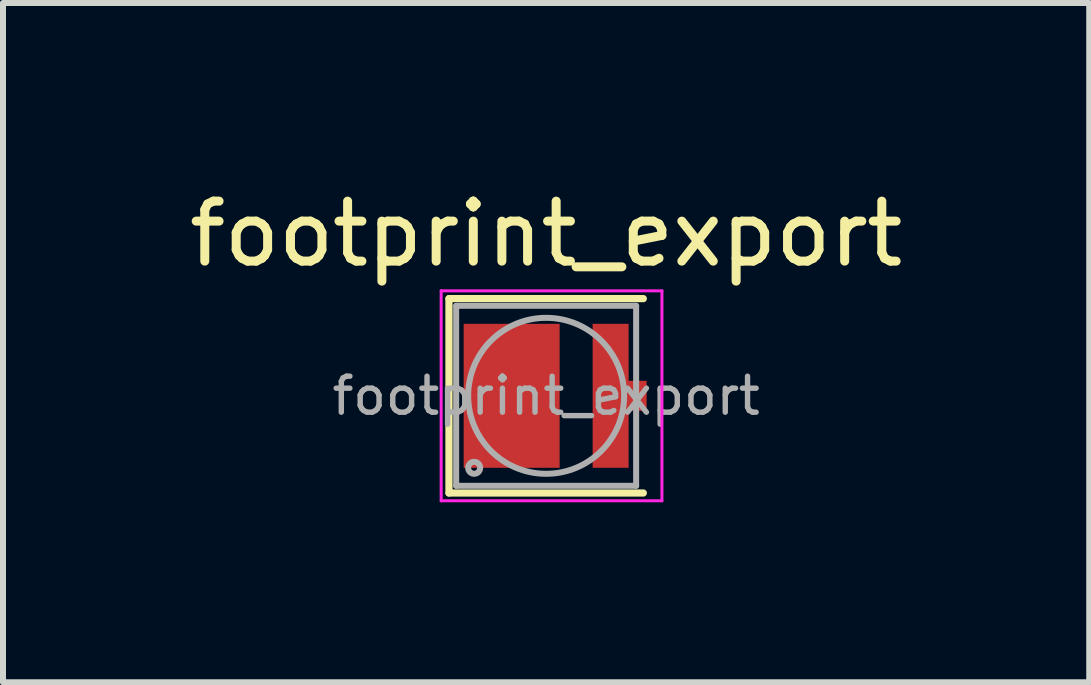
<source format=kicad_pcb>
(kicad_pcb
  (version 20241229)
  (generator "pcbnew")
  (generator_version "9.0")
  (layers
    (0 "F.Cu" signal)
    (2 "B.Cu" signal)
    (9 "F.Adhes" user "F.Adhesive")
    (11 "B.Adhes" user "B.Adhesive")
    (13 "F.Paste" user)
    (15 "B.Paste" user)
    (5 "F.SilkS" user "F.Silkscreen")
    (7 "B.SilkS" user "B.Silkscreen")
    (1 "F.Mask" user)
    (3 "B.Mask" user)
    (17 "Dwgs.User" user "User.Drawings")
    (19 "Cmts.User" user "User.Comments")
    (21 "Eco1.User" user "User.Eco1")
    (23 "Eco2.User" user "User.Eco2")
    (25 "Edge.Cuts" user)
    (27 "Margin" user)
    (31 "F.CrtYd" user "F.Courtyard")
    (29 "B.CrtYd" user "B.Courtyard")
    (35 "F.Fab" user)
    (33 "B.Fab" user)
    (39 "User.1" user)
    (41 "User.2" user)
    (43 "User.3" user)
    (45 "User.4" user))
  (footprint "footprint_export"
    (layer "F.Cu")
    (at 6.054 3.548)
    (property "Reference" "footprint_export" (at 0 -2.7 0) (layer "F.SilkS") (effects (font (size 1 1) (thickness 0.15))))
    (attr smd)
    (fp_line (start -1.62 -1.62) (end -1.62 1.62) (stroke (width 0.12) (type solid)) (layer "F.SilkS"))
    (fp_line (start -1.62 -1.62) (end 1.62 -1.62) (stroke (width 0.12) (type solid)) (layer "F.SilkS"))
    (fp_line (start -1.62 1.62) (end 1.62 1.62) (stroke (width 0.12) (type solid)) (layer "F.SilkS"))
    (fp_line (start -1.75 -1.75) (end 1.93 -1.75) (stroke (width 0.05) (type solid)) (layer "F.CrtYd"))
    (fp_line (start -1.75 1.75) (end -1.75 -1.75) (stroke (width 0.05) (type solid)) (layer "F.CrtYd"))
    (fp_line (start 1.93 -1.75) (end 1.93 1.75) (stroke (width 0.05) (type solid)) (layer "F.CrtYd"))
    (fp_line (start 1.93 1.75) (end -1.75 1.75) (stroke (width 0.05) (type solid)) (layer "F.CrtYd"))
    (fp_line (start -1.5 -1.5) (end 1.5 -1.5) (stroke (width 0.1) (type solid)) (layer "F.Fab"))
    (fp_line (start -1.5 1.5) (end -1.5 -1.5) (stroke (width 0.1) (type solid)) (layer "F.Fab"))
    (fp_line (start 1.5 -1.5) (end 1.5 1.5) (stroke (width 0.1) (type solid)) (layer "F.Fab"))
    (fp_line (start 1.5 1.5) (end -1.5 1.5) (stroke (width 0.1) (type solid)) (layer "F.Fab"))
    (fp_circle (center -1.2 1.2) (end -1.1 1.2) (stroke (width 0.1) (type solid)) (fill no) (layer "F.Fab"))
    (fp_circle (center 0 0) (end 1.3 0) (stroke (width 0.1) (type solid)) (fill no) (layer "F.Fab"))
    (fp_text user "${REFERENCE}" (at 0 0 0) (layer "F.Fab") (effects (font (size 0.6 0.6) (thickness 0.09))))
    (pad "" smd rect (at -0.575 0) (size 1.3 1.9) (layers "F.Paste"))
    (pad "" smd rect (at 1.075 0) (size 0.4 1.9) (layers "F.Paste"))
    (pad "1" smd rect (at -0.575 0) (size 1.6 2.4) (layers "F.Cu" "F.Mask"))
    (pad "2" smd rect (at 1.075 0) (size 0.6 2.4) (layers "F.Cu" "F.Mask"))
    (pad "2" smd rect (at 1.375 0) (size 0.6 0.5) (layers "F.Cu" "F.Mask")))
  (gr_rect
    (start -3 -3)
    (end 15.107 8.323)
    (stroke (width 0.1) (type default))
    (fill no)
    (layer "Edge.Cuts")))
</source>
